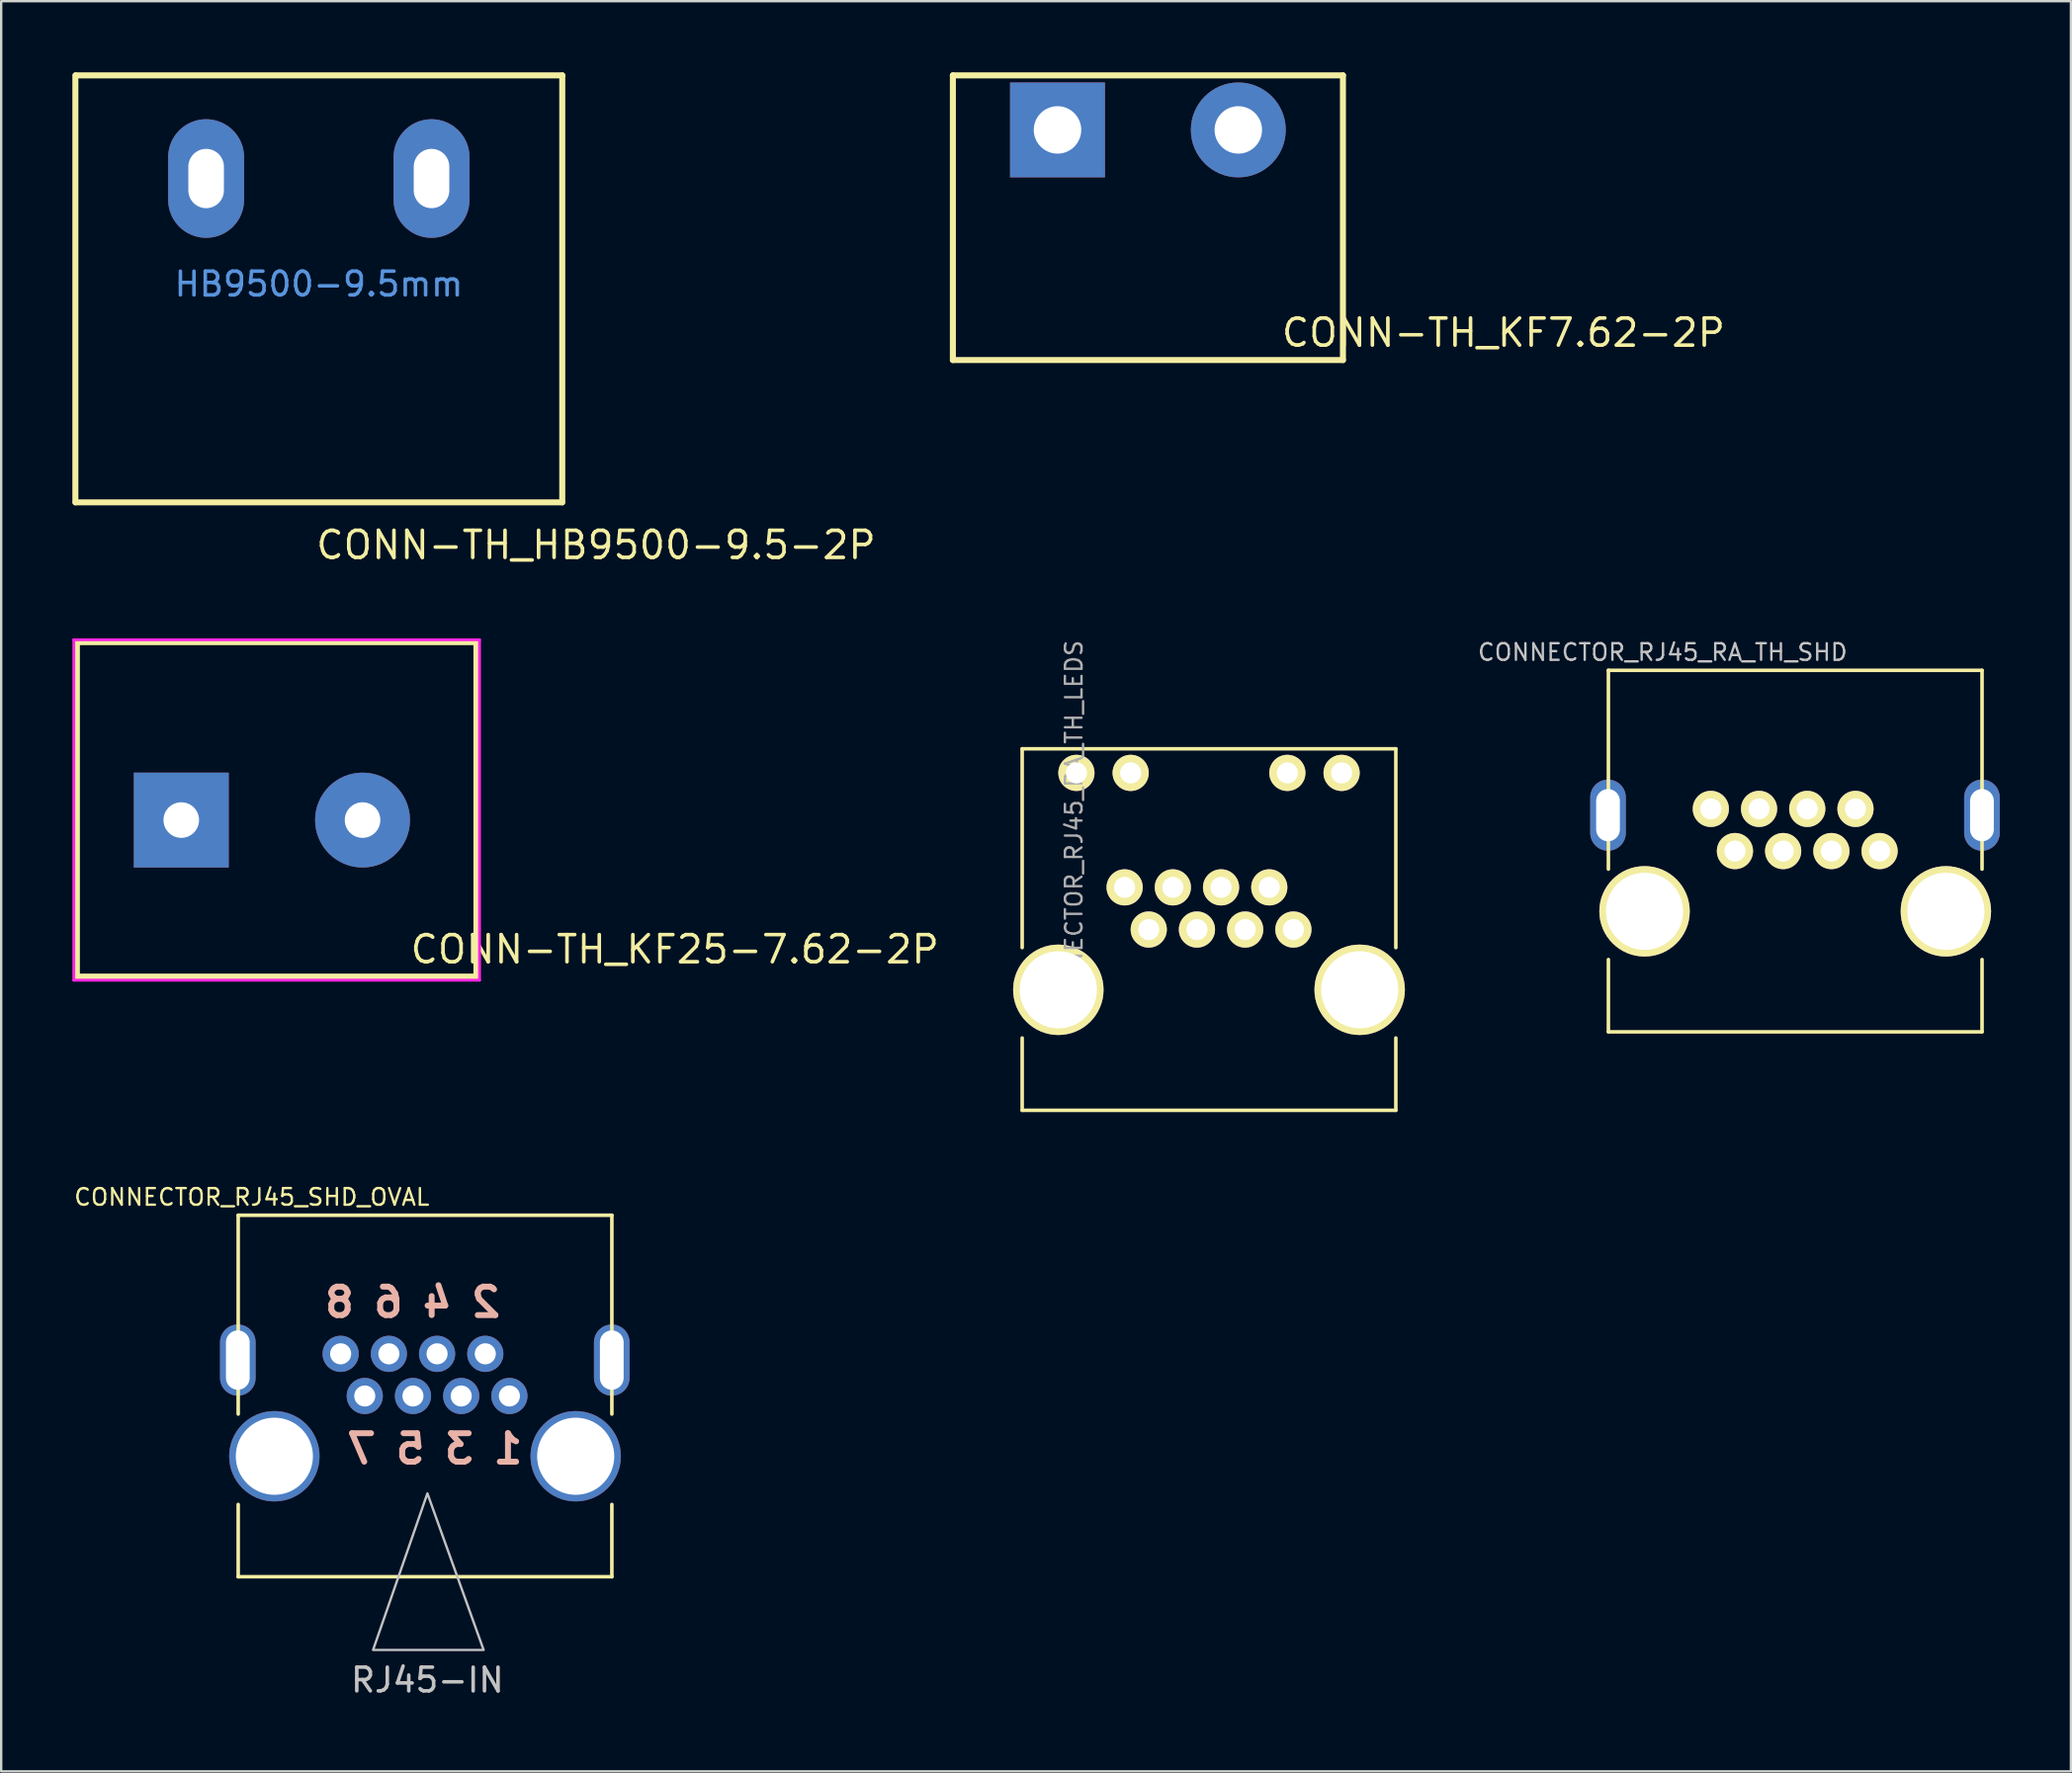
<source format=kicad_pcb>
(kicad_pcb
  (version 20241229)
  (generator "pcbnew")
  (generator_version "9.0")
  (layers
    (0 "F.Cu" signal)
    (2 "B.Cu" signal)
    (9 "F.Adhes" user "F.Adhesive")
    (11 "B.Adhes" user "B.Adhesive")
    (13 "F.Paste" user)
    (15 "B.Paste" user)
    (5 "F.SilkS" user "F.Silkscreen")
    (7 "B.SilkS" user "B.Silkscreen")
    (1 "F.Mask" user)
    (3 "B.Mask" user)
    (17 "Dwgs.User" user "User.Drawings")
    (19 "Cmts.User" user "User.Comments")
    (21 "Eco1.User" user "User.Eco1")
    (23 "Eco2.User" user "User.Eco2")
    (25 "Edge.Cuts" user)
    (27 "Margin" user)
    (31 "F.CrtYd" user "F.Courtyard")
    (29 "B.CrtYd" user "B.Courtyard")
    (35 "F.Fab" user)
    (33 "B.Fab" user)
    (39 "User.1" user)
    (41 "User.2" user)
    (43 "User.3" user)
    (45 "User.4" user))
  (footprint "CONNECTOR_RJ45_RA_TH_LEDS"
    (layer "F.Cu")
    (at 47.904 29.532)
    (property "Reference" "CONNECTOR_RJ45_RA_TH_LEDS" (at -5.692 2.426 90) (layer "F.Fab") (effects (font (size 0.7 0.7) (thickness 0.1))))
    (attr through_hole)
    (fp_line (start -7.874 -1.016) (end -7.874 7.366) (stroke (width 0.15) (type solid)) (layer "F.SilkS"))
    (fp_line (start -7.874 11.176) (end -7.874 14.224) (stroke (width 0.15) (type solid)) (layer "F.SilkS"))
    (fp_line (start -7.874 14.224) (end 7.874 14.224) (stroke (width 0.15) (type solid)) (layer "F.SilkS"))
    (fp_line (start 7.874 -1.016) (end -7.874 -1.016) (stroke (width 0.15) (type solid)) (layer "F.SilkS"))
    (fp_line (start 7.874 -1.016) (end 7.874 7.366) (stroke (width 0.15) (type solid)) (layer "F.SilkS"))
    (fp_line (start 7.874 14.224) (end 7.874 11.176) (stroke (width 0.15) (type solid)) (layer "F.SilkS"))
    (pad "1" thru_hole circle (at 3.556 6.604) (size 1.524 1.524) (drill 0.889) (layers "*.Cu" "*.Mask" "F.SilkS"))
    (pad "2" thru_hole circle (at 2.54 4.826) (size 1.524 1.524) (drill 0.889) (layers "*.Cu" "*.Mask" "F.SilkS"))
    (pad "3" thru_hole circle (at 1.524 6.604) (size 1.524 1.524) (drill 0.889) (layers "*.Cu" "*.Mask" "F.SilkS"))
    (pad "4" thru_hole circle (at 0.508 4.826) (size 1.524 1.524) (drill 0.889) (layers "*.Cu" "*.Mask" "F.SilkS"))
    (pad "5" thru_hole circle (at -0.508 6.604) (size 1.524 1.524) (drill 0.889) (layers "*.Cu" "*.Mask" "F.SilkS"))
    (pad "6" thru_hole circle (at -1.524 4.826) (size 1.524 1.524) (drill 0.889) (layers "*.Cu" "*.Mask" "F.SilkS"))
    (pad "7" thru_hole circle (at -2.54 6.604) (size 1.524 1.524) (drill 0.889) (layers "*.Cu" "*.Mask" "F.SilkS"))
    (pad "8" thru_hole circle (at -3.556 4.826) (size 1.524 1.524) (drill 0.889) (layers "*.Cu" "*.Mask" "F.SilkS"))
    (pad "9" thru_hole circle (at 5.588 0) (size 1.524 1.524) (drill 0.889) (layers "*.Cu" "*.Mask" "F.SilkS"))
    (pad "10" thru_hole circle (at 3.302 0) (size 1.524 1.524) (drill 0.889) (layers "*.Cu" "*.Mask" "F.SilkS"))
    (pad "11" thru_hole circle (at -3.302 0) (size 1.524 1.524) (drill 0.889) (layers "*.Cu" "*.Mask" "F.SilkS"))
    (pad "12" thru_hole circle (at -5.588 0) (size 1.524 1.524) (drill 0.889) (layers "*.Cu" "*.Mask" "F.SilkS"))
    (pad "17" thru_hole circle (at -6.35 9.144) (size 3.81 3.81) (drill 3.251) (layers "*.Cu" "*.Mask" "F.SilkS"))
    (pad "A" thru_hole circle (at 6.35 9.144) (size 3.81 3.81) (drill 3.251) (layers "*.Cu" "*.Mask" "F.SilkS")))
  (footprint "CONN-TH_HB9500-9.5-2P"
    (layer "F.Cu")
    (at 10.387 4.476)
    (property "Reference" "CONN-TH_HB9500-9.5-2P" (at -0.2 15.45 0) (layer "F.SilkS") (effects (font (size 1.143 1.143) (thickness 0.152)) (justify left)))
    (attr through_hole)
    (fp_line (start -10.26 13.651) (end -10.26 -4.349) (stroke (width 0.254) (type solid)) (layer "F.SilkS"))
    (fp_line (start 10.25 13.651) (end -10.25 13.651) (stroke (width 0.254) (type solid)) (layer "F.SilkS"))
    (fp_line (start 10.26 -4.349) (end -10.24 -4.349) (stroke (width 0.254) (type solid)) (layer "F.SilkS"))
    (fp_line (start 10.26 13.651) (end 10.26 -4.349) (stroke (width 0.254) (type solid)) (layer "F.SilkS"))
    (fp_text user "HB9500-9.5mm" (at 0 4.45 0) (layer "Cmts.User") (effects (font (size 1 1) (thickness 0.15))))
    (pad "1" thru_hole oval (at 4.75 0 180) (size 3.2 5) (drill oval 1.5 2.5) (layers "*.Cu" "*.Paste" "*.Mask"))
    (pad "2" thru_hole oval (at -4.75 0 180) (size 3.2 5) (drill oval 1.5 2.5) (layers "*.Cu" "*.Paste" "*.Mask")))
  (footprint "CONNECTOR_RJ45_RA_TH_SHD"
    (layer "F.Cu")
    (at 72.61 26.224)
    (property "Reference" "CONNECTOR_RJ45_RA_TH_SHD" (at -5.588 -1.778 0) (layer "Dwgs.User") (effects (font (size 0.7 0.7) (thickness 0.1))))
    (attr through_hole)
    (fp_line (start -7.874 -1.016) (end -7.874 7.366) (stroke (width 0.15) (type solid)) (layer "F.SilkS"))
    (fp_line (start -7.874 11.176) (end -7.874 14.224) (stroke (width 0.15) (type solid)) (layer "F.SilkS"))
    (fp_line (start -7.874 14.224) (end 7.874 14.224) (stroke (width 0.15) (type solid)) (layer "F.SilkS"))
    (fp_line (start 7.874 -1.016) (end -7.874 -1.016) (stroke (width 0.15) (type solid)) (layer "F.SilkS"))
    (fp_line (start 7.874 -1.016) (end 7.874 7.366) (stroke (width 0.15) (type solid)) (layer "F.SilkS"))
    (fp_line (start 7.874 14.224) (end 7.874 11.176) (stroke (width 0.15) (type solid)) (layer "F.SilkS"))
    (pad "1" thru_hole circle (at 3.556 6.604) (size 1.524 1.524) (drill 0.889) (layers "*.Cu" "*.Mask" "F.SilkS"))
    (pad "2" thru_hole circle (at 2.54 4.826) (size 1.524 1.524) (drill 0.889) (layers "*.Cu" "*.Mask" "F.SilkS"))
    (pad "3" thru_hole circle (at 1.524 6.604) (size 1.524 1.524) (drill 0.889) (layers "*.Cu" "*.Mask" "F.SilkS"))
    (pad "4" thru_hole circle (at 0.508 4.826) (size 1.524 1.524) (drill 0.889) (layers "*.Cu" "*.Mask" "F.SilkS"))
    (pad "5" thru_hole circle (at -0.508 6.604) (size 1.524 1.524) (drill 0.889) (layers "*.Cu" "*.Mask" "F.SilkS"))
    (pad "6" thru_hole circle (at -1.524 4.826) (size 1.524 1.524) (drill 0.889) (layers "*.Cu" "*.Mask" "F.SilkS"))
    (pad "7" thru_hole circle (at -2.54 6.604) (size 1.524 1.524) (drill 0.889) (layers "*.Cu" "*.Mask" "F.SilkS"))
    (pad "8" thru_hole circle (at -3.556 4.826) (size 1.524 1.524) (drill 0.889) (layers "*.Cu" "*.Mask" "F.SilkS"))
    (pad "13" thru_hole oval (at -7.89 5.09) (size 1.5 3) (drill oval 1 2.2) (layers "*.Cu" "*.Mask"))
    (pad "13" thru_hole oval (at 7.87 5.09) (size 1.5 3) (drill oval 1 2.2) (layers "*.Cu" "*.Mask"))
    (pad "17" thru_hole circle (at -6.35 9.144) (size 3.81 3.81) (drill 3.251) (layers "*.Cu" "*.Mask" "F.SilkS"))
    (pad "A" thru_hole circle (at 6.35 9.144) (size 3.81 3.81) (drill 3.251) (layers "*.Cu" "*.Mask" "F.SilkS")))
  (footprint "CONN-TH_KF25-7.62-2P"
    (layer "F.Cu")
    (at 8.41 31.521)
    (property "Reference" "CONN-TH_KF25-7.62-2P" (at 5.75 5.45 0) (layer "F.SilkS") (effects (font (size 1.143 1.143) (thickness 0.152)) (justify left)))
    (attr through_hole)
    (fp_line (start -8.22 -7.5) (end -8.22 6.6) (stroke (width 0.254) (type solid)) (layer "F.SilkS"))
    (fp_line (start 8.62 -7.5) (end -8.22 -7.5) (stroke (width 0.254) (type solid)) (layer "F.SilkS"))
    (fp_line (start 8.62 -7.5) (end 8.62 6.6) (stroke (width 0.254) (type solid)) (layer "F.SilkS"))
    (fp_line (start 8.62 6.6) (end -8.22 6.6) (stroke (width 0.254) (type solid)) (layer "F.SilkS"))
    (fp_line (start -8.35 -7.6) (end -8.35 6.75) (stroke (width 0.12) (type solid)) (layer "F.CrtYd"))
    (fp_line (start 8.75 -7.6) (end -8.35 -7.6) (stroke (width 0.12) (type solid)) (layer "F.CrtYd"))
    (fp_line (start 8.75 -7.6) (end 8.75 6.75) (stroke (width 0.12) (type solid)) (layer "F.CrtYd"))
    (fp_line (start 8.75 6.75) (end -8.35 6.75) (stroke (width 0.12) (type solid)) (layer "F.CrtYd"))
    (pad "1" thru_hole rect (at -3.82 0) (size 4 4) (drill 1.5) (layers "*.Cu" "*.Paste" "*.Mask"))
    (pad "2" thru_hole circle (at 3.82 0) (size 4 4) (drill 1.5) (layers "*.Cu" "*.Paste" "*.Mask")))
  (footprint "CONN-TH_KF7.62-2P"
    (layer "F.Cu")
    (at 45.329 2.427)
    (property "Reference" "CONN-TH_KF7.62-2P" (at 5.55 8.55 0) (layer "F.SilkS") (effects (font (size 1.143 1.143) (thickness 0.152)) (justify left)))
    (attr through_hole)
    (fp_line (start -8.22 -2.3) (end -8.22 9.7) (stroke (width 0.254) (type solid)) (layer "F.SilkS"))
    (fp_line (start 8.22 -2.3) (end -8.22 -2.3) (stroke (width 0.254) (type solid)) (layer "F.SilkS"))
    (fp_line (start 8.22 -2.3) (end 8.22 9.7) (stroke (width 0.254) (type solid)) (layer "F.SilkS"))
    (fp_line (start 8.22 9.7) (end -8.22 9.7) (stroke (width 0.254) (type solid)) (layer "F.SilkS"))
    (pad "1" thru_hole rect (at -3.81 0) (size 4 4) (drill 2) (layers "*.Cu" "*.Paste" "*.Mask"))
    (pad "2" thru_hole circle (at 3.81 0) (size 4 4) (drill 2) (layers "*.Cu" "*.Paste" "*.Mask")))
  (footprint "CONNECTOR_RJ45_SHD_OVAL"
    (layer "F.Cu")
    (at 14.863 49.196)
    (property "Reference" "CONNECTOR_RJ45_SHD_OVAL" (at -7.3 -1.78 0) (layer "F.SilkS") (effects (font (size 0.7 0.7) (thickness 0.1))))
    (attr through_hole)
    (fp_line (start -7.874 -1.016) (end -7.874 7.366) (stroke (width 0.15) (type solid)) (layer "F.SilkS"))
    (fp_line (start -7.874 11.176) (end -7.874 14.224) (stroke (width 0.15) (type solid)) (layer "F.SilkS"))
    (fp_line (start -7.874 14.224) (end 7.874 14.224) (stroke (width 0.15) (type solid)) (layer "F.SilkS"))
    (fp_line (start 7.874 -1.016) (end -7.874 -1.016) (stroke (width 0.15) (type solid)) (layer "F.SilkS"))
    (fp_line (start 7.874 -1.016) (end 7.874 7.366) (stroke (width 0.15) (type solid)) (layer "F.SilkS"))
    (fp_line (start 7.874 14.224) (end 7.874 11.176) (stroke (width 0.15) (type solid)) (layer "F.SilkS"))
    (fp_poly (pts (xy 0.1 10.71) (xy -2.19 17.31) (xy 2.47 17.31)) (stroke (width 0.1) (type solid)) (fill no) (layer "Dwgs.User"))
    (fp_text user "2 4 6 8" (at -0.52 2.65 0) (layer "B.SilkS") (effects (font (size 1.2 1.2) (thickness 0.25)) (justify mirror)))
    (fp_text user "1 3 5 7" (at 0.41 8.83 0) (layer "B.SilkS") (effects (font (size 1.2 1.2) (thickness 0.25)) (justify mirror)))
    (fp_text user "RJ45-IN" (at 0.1 18.58 0) (layer "Dwgs.User") (effects (font (size 1 1) (thickness 0.15))))
    (pad "" thru_hole circle (at -6.35 9.144) (size 3.81 3.81) (drill 3.251) (layers "*.Cu" "*.Mask"))
    (pad "" thru_hole circle (at 6.35 9.144) (size 3.81 3.81) (drill 3.251) (layers "*.Cu" "*.Mask"))
    (pad "1" thru_hole circle (at 3.556 6.604) (size 1.524 1.524) (drill 0.889) (layers "*.Cu" "*.Mask"))
    (pad "2" thru_hole circle (at 2.54 4.826) (size 1.524 1.524) (drill 0.889) (layers "*.Cu" "*.Mask"))
    (pad "3" thru_hole circle (at 1.524 6.604) (size 1.524 1.524) (drill 0.889) (layers "*.Cu" "*.Mask"))
    (pad "4" thru_hole circle (at 0.508 4.826) (size 1.524 1.524) (drill 0.889) (layers "*.Cu" "*.Mask"))
    (pad "5" thru_hole circle (at -0.508 6.604) (size 1.524 1.524) (drill 0.889) (layers "*.Cu" "*.Mask"))
    (pad "6" thru_hole circle (at -1.524 4.826) (size 1.524 1.524) (drill 0.889) (layers "*.Cu" "*.Mask"))
    (pad "7" thru_hole circle (at -2.54 6.604) (size 1.524 1.524) (drill 0.889) (layers "*.Cu" "*.Mask"))
    (pad "8" thru_hole circle (at -3.556 4.826) (size 1.524 1.524) (drill 0.889) (layers "*.Cu" "*.Mask"))
    (pad "SH" thru_hole oval (at -7.89 5.09) (size 1.5 3) (drill oval 1 2.5) (layers "*.Cu" "*.Mask"))
    (pad "SH" thru_hole oval (at 7.87 5.09) (size 1.5 3) (drill oval 1 2.5) (layers "*.Cu" "*.Mask")))
  (gr_rect
    (start -3 -3)
    (end 84.23 71.624)
    (stroke (width 0.1) (type default))
    (fill no)
    (layer "Edge.Cuts")))
</source>
